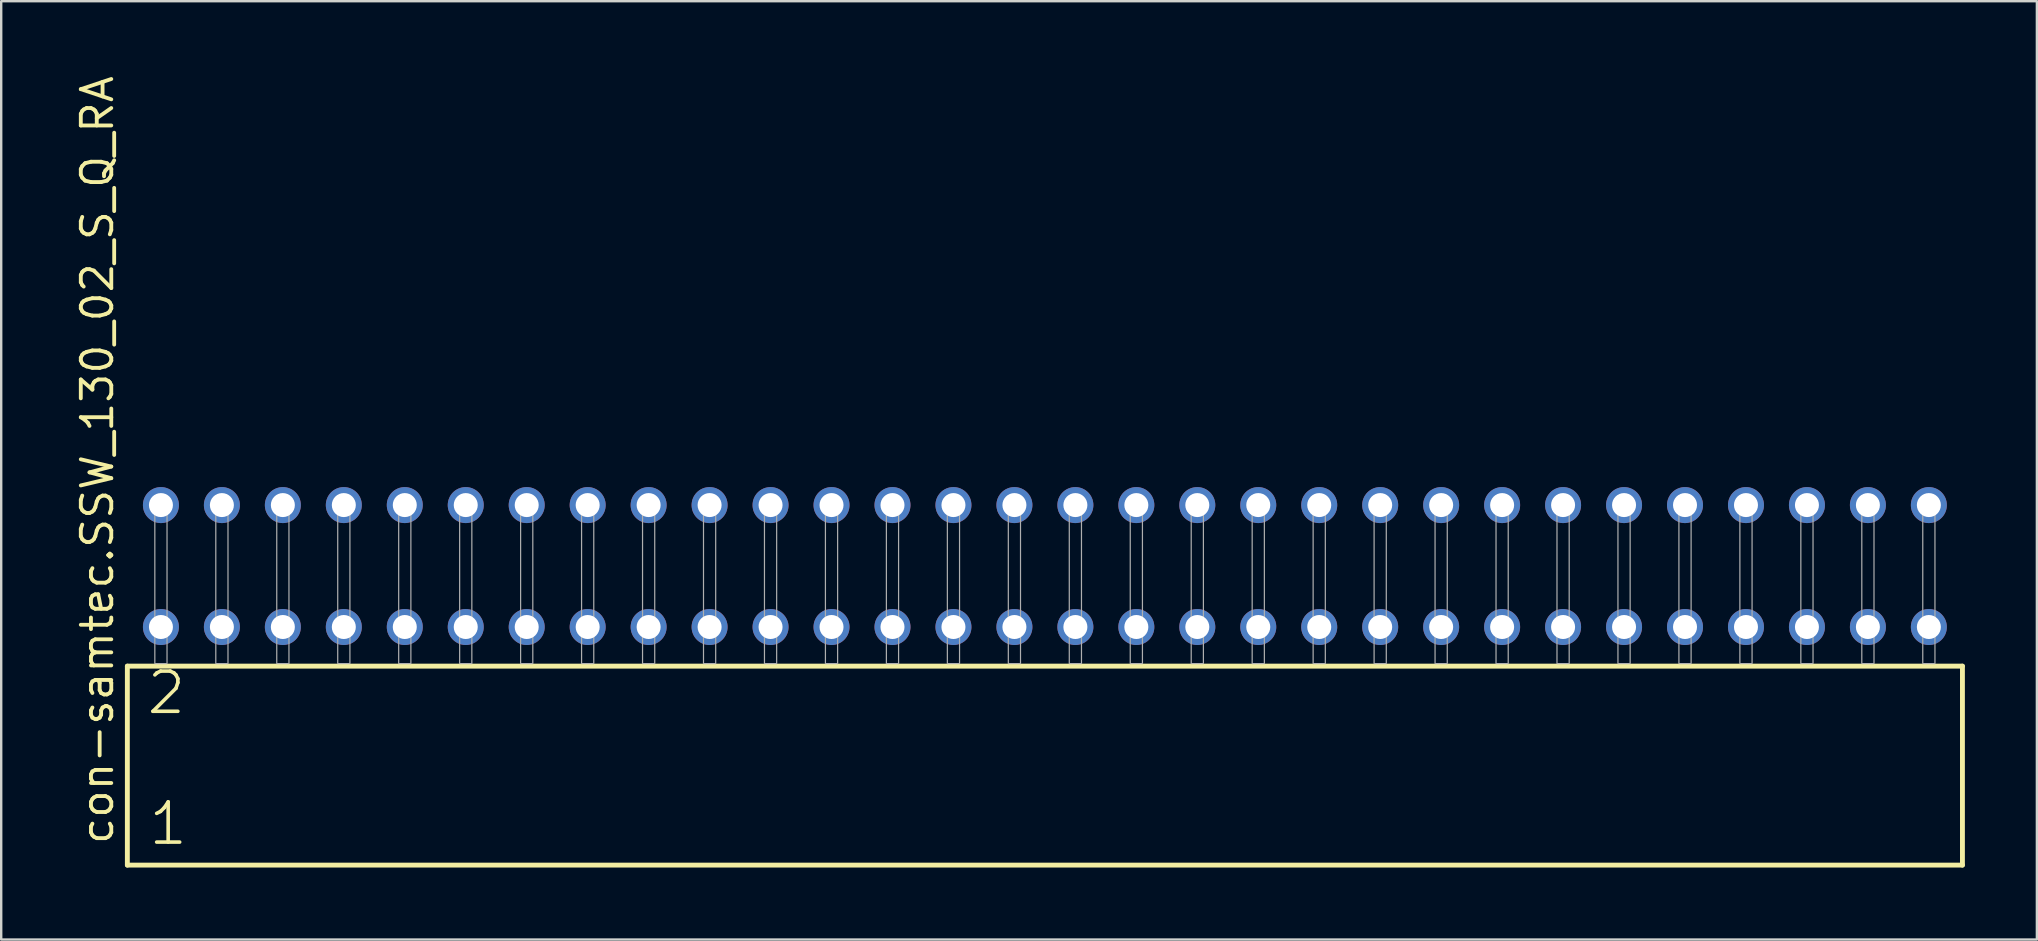
<source format=kicad_pcb>
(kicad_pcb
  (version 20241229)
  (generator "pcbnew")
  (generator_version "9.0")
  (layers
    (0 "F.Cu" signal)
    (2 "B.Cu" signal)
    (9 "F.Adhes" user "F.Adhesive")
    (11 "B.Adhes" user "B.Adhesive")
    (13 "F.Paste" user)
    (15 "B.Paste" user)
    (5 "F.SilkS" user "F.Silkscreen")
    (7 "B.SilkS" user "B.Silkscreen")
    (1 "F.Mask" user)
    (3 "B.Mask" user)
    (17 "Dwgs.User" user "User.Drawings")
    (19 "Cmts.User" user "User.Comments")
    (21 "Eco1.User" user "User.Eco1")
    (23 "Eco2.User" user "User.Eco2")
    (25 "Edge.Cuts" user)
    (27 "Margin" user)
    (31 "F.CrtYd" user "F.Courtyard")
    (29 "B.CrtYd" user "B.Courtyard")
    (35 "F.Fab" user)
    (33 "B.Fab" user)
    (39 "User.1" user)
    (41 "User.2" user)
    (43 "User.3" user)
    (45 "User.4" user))
  (footprint "con-samtec.SSW_130_02_S_Q_RA"
    (layer "F.Cu")
    (at 40.485 24.598)
    (property "Reference" "con-samtec.SSW_130_02_S_Q_RA" (at -38.735 7.62 90) (layer "F.SilkS") (effects (font (size 1.27 1.27) (thickness 0.16)) (justify left bottom)))
    (attr through_hole)
    (fp_line (start -38.229 0.106) (end -38.229 8.396) (stroke (width 0.203) (type default)) (layer "F.SilkS"))
    (fp_line (start -38.229 8.396) (end 38.229 8.396) (stroke (width 0.203) (type default)) (layer "F.SilkS"))
    (fp_line (start 38.229 0.106) (end -38.229 0.106) (stroke (width 0.203) (type default)) (layer "F.SilkS"))
    (fp_line (start 38.229 8.396) (end 38.229 0.106) (stroke (width 0.203) (type default)) (layer "F.SilkS"))
    (fp_rect (start -37.084 0) (end -36.576 -6.858) (stroke (width 0.05) (type default)) (fill no) (layer "F.Fab"))
    (fp_rect (start -34.544 0) (end -34.036 -6.858) (stroke (width 0.05) (type default)) (fill no) (layer "F.Fab"))
    (fp_rect (start -32.004 0) (end -31.496 -6.858) (stroke (width 0.05) (type default)) (fill no) (layer "F.Fab"))
    (fp_rect (start -29.464 0) (end -28.956 -6.858) (stroke (width 0.05) (type default)) (fill no) (layer "F.Fab"))
    (fp_rect (start -26.924 0) (end -26.416 -6.858) (stroke (width 0.05) (type default)) (fill no) (layer "F.Fab"))
    (fp_rect (start -24.384 0) (end -23.876 -6.858) (stroke (width 0.05) (type default)) (fill no) (layer "F.Fab"))
    (fp_rect (start -21.844 0) (end -21.336 -6.858) (stroke (width 0.05) (type default)) (fill no) (layer "F.Fab"))
    (fp_rect (start -19.304 0) (end -18.796 -6.858) (stroke (width 0.05) (type default)) (fill no) (layer "F.Fab"))
    (fp_rect (start -16.764 0) (end -16.256 -6.858) (stroke (width 0.05) (type default)) (fill no) (layer "F.Fab"))
    (fp_rect (start -14.224 0) (end -13.716 -6.858) (stroke (width 0.05) (type default)) (fill no) (layer "F.Fab"))
    (fp_rect (start -11.684 0) (end -11.176 -6.858) (stroke (width 0.05) (type default)) (fill no) (layer "F.Fab"))
    (fp_rect (start -9.144 0) (end -8.636 -6.858) (stroke (width 0.05) (type default)) (fill no) (layer "F.Fab"))
    (fp_rect (start -6.604 0) (end -6.096 -6.858) (stroke (width 0.05) (type default)) (fill no) (layer "F.Fab"))
    (fp_rect (start -4.064 0) (end -3.556 -6.858) (stroke (width 0.05) (type default)) (fill no) (layer "F.Fab"))
    (fp_rect (start -1.524 0) (end -1.016 -6.858) (stroke (width 0.05) (type default)) (fill no) (layer "F.Fab"))
    (fp_rect (start 1.016 0) (end 1.524 -6.858) (stroke (width 0.05) (type default)) (fill no) (layer "F.Fab"))
    (fp_rect (start 3.556 0) (end 4.064 -6.858) (stroke (width 0.05) (type default)) (fill no) (layer "F.Fab"))
    (fp_rect (start 6.096 0) (end 6.604 -6.858) (stroke (width 0.05) (type default)) (fill no) (layer "F.Fab"))
    (fp_rect (start 8.636 0) (end 9.144 -6.858) (stroke (width 0.05) (type default)) (fill no) (layer "F.Fab"))
    (fp_rect (start 11.176 0) (end 11.684 -6.858) (stroke (width 0.05) (type default)) (fill no) (layer "F.Fab"))
    (fp_rect (start 13.716 0) (end 14.224 -6.858) (stroke (width 0.05) (type default)) (fill no) (layer "F.Fab"))
    (fp_rect (start 16.256 0) (end 16.764 -6.858) (stroke (width 0.05) (type default)) (fill no) (layer "F.Fab"))
    (fp_rect (start 18.796 0) (end 19.304 -6.858) (stroke (width 0.05) (type default)) (fill no) (layer "F.Fab"))
    (fp_rect (start 21.336 0) (end 21.844 -6.858) (stroke (width 0.05) (type default)) (fill no) (layer "F.Fab"))
    (fp_rect (start 23.876 0) (end 24.384 -6.858) (stroke (width 0.05) (type default)) (fill no) (layer "F.Fab"))
    (fp_rect (start 26.416 0) (end 26.924 -6.858) (stroke (width 0.05) (type default)) (fill no) (layer "F.Fab"))
    (fp_rect (start 28.956 0) (end 29.464 -6.858) (stroke (width 0.05) (type default)) (fill no) (layer "F.Fab"))
    (fp_rect (start 31.496 0) (end 32.004 -6.858) (stroke (width 0.05) (type default)) (fill no) (layer "F.Fab"))
    (fp_rect (start 34.036 0) (end 34.544 -6.858) (stroke (width 0.05) (type default)) (fill no) (layer "F.Fab"))
    (fp_rect (start 36.576 0) (end 37.084 -6.858) (stroke (width 0.05) (type default)) (fill no) (layer "F.Fab"))
    (fp_text user "2" (at -37.5 2.2 0) (layer "F.SilkS") (effects (font (size 1.676 1.676) (thickness 0.15)) (justify left bottom)))
    (fp_text user "1" (at -37.425 7.65 0) (layer "F.SilkS") (effects (font (size 1.676 1.676) (thickness 0.15)) (justify left bottom)))
    (pad "1" thru_hole circle (at -36.83 -1.524) (size 1.5 1.5) (drill 1) (layers "*.Cu" "*.Mask"))
    (pad "2" thru_hole circle (at -36.83 -6.604) (size 1.5 1.5) (drill 1) (layers "*.Cu" "*.Mask"))
    (pad "3" thru_hole circle (at -34.29 -1.524) (size 1.5 1.5) (drill 1) (layers "*.Cu" "*.Mask"))
    (pad "4" thru_hole circle (at -34.29 -6.604) (size 1.5 1.5) (drill 1) (layers "*.Cu" "*.Mask"))
    (pad "5" thru_hole circle (at -31.75 -1.524) (size 1.5 1.5) (drill 1) (layers "*.Cu" "*.Mask"))
    (pad "6" thru_hole circle (at -31.75 -6.604) (size 1.5 1.5) (drill 1) (layers "*.Cu" "*.Mask"))
    (pad "7" thru_hole circle (at -29.21 -1.524) (size 1.5 1.5) (drill 1) (layers "*.Cu" "*.Mask"))
    (pad "8" thru_hole circle (at -29.21 -6.604) (size 1.5 1.5) (drill 1) (layers "*.Cu" "*.Mask"))
    (pad "9" thru_hole circle (at -26.67 -1.524) (size 1.5 1.5) (drill 1) (layers "*.Cu" "*.Mask"))
    (pad "10" thru_hole circle (at -26.67 -6.604) (size 1.5 1.5) (drill 1) (layers "*.Cu" "*.Mask"))
    (pad "11" thru_hole circle (at -24.13 -1.524) (size 1.5 1.5) (drill 1) (layers "*.Cu" "*.Mask"))
    (pad "12" thru_hole circle (at -24.13 -6.604) (size 1.5 1.5) (drill 1) (layers "*.Cu" "*.Mask"))
    (pad "13" thru_hole circle (at -21.59 -1.524) (size 1.5 1.5) (drill 1) (layers "*.Cu" "*.Mask"))
    (pad "14" thru_hole circle (at -21.59 -6.604) (size 1.5 1.5) (drill 1) (layers "*.Cu" "*.Mask"))
    (pad "15" thru_hole circle (at -19.05 -1.524) (size 1.5 1.5) (drill 1) (layers "*.Cu" "*.Mask"))
    (pad "16" thru_hole circle (at -19.05 -6.604) (size 1.5 1.5) (drill 1) (layers "*.Cu" "*.Mask"))
    (pad "17" thru_hole circle (at -16.51 -1.524) (size 1.5 1.5) (drill 1) (layers "*.Cu" "*.Mask"))
    (pad "18" thru_hole circle (at -16.51 -6.604) (size 1.5 1.5) (drill 1) (layers "*.Cu" "*.Mask"))
    (pad "19" thru_hole circle (at -13.97 -1.524) (size 1.5 1.5) (drill 1) (layers "*.Cu" "*.Mask"))
    (pad "20" thru_hole circle (at -13.97 -6.604) (size 1.5 1.5) (drill 1) (layers "*.Cu" "*.Mask"))
    (pad "21" thru_hole circle (at -11.43 -1.524) (size 1.5 1.5) (drill 1) (layers "*.Cu" "*.Mask"))
    (pad "22" thru_hole circle (at -11.43 -6.604) (size 1.5 1.5) (drill 1) (layers "*.Cu" "*.Mask"))
    (pad "23" thru_hole circle (at -8.89 -1.524) (size 1.5 1.5) (drill 1) (layers "*.Cu" "*.Mask"))
    (pad "24" thru_hole circle (at -8.89 -6.604) (size 1.5 1.5) (drill 1) (layers "*.Cu" "*.Mask"))
    (pad "25" thru_hole circle (at -6.35 -1.524) (size 1.5 1.5) (drill 1) (layers "*.Cu" "*.Mask"))
    (pad "26" thru_hole circle (at -6.35 -6.604) (size 1.5 1.5) (drill 1) (layers "*.Cu" "*.Mask"))
    (pad "27" thru_hole circle (at -3.81 -1.524) (size 1.5 1.5) (drill 1) (layers "*.Cu" "*.Mask"))
    (pad "28" thru_hole circle (at -3.81 -6.604) (size 1.5 1.5) (drill 1) (layers "*.Cu" "*.Mask"))
    (pad "29" thru_hole circle (at -1.27 -1.524) (size 1.5 1.5) (drill 1) (layers "*.Cu" "*.Mask"))
    (pad "30" thru_hole circle (at -1.27 -6.604) (size 1.5 1.5) (drill 1) (layers "*.Cu" "*.Mask"))
    (pad "31" thru_hole circle (at 1.27 -1.524) (size 1.5 1.5) (drill 1) (layers "*.Cu" "*.Mask"))
    (pad "32" thru_hole circle (at 1.27 -6.604) (size 1.5 1.5) (drill 1) (layers "*.Cu" "*.Mask"))
    (pad "33" thru_hole circle (at 3.81 -1.524) (size 1.5 1.5) (drill 1) (layers "*.Cu" "*.Mask"))
    (pad "34" thru_hole circle (at 3.81 -6.604) (size 1.5 1.5) (drill 1) (layers "*.Cu" "*.Mask"))
    (pad "35" thru_hole circle (at 6.35 -1.524) (size 1.5 1.5) (drill 1) (layers "*.Cu" "*.Mask"))
    (pad "36" thru_hole circle (at 6.35 -6.604) (size 1.5 1.5) (drill 1) (layers "*.Cu" "*.Mask"))
    (pad "37" thru_hole circle (at 8.89 -1.524) (size 1.5 1.5) (drill 1) (layers "*.Cu" "*.Mask"))
    (pad "38" thru_hole circle (at 8.89 -6.604) (size 1.5 1.5) (drill 1) (layers "*.Cu" "*.Mask"))
    (pad "39" thru_hole circle (at 11.43 -1.524) (size 1.5 1.5) (drill 1) (layers "*.Cu" "*.Mask"))
    (pad "40" thru_hole circle (at 11.43 -6.604) (size 1.5 1.5) (drill 1) (layers "*.Cu" "*.Mask"))
    (pad "41" thru_hole circle (at 13.97 -1.524) (size 1.5 1.5) (drill 1) (layers "*.Cu" "*.Mask"))
    (pad "42" thru_hole circle (at 13.97 -6.604) (size 1.5 1.5) (drill 1) (layers "*.Cu" "*.Mask"))
    (pad "43" thru_hole circle (at 16.51 -1.524) (size 1.5 1.5) (drill 1) (layers "*.Cu" "*.Mask"))
    (pad "44" thru_hole circle (at 16.51 -6.604) (size 1.5 1.5) (drill 1) (layers "*.Cu" "*.Mask"))
    (pad "45" thru_hole circle (at 19.05 -1.524) (size 1.5 1.5) (drill 1) (layers "*.Cu" "*.Mask"))
    (pad "46" thru_hole circle (at 19.05 -6.604) (size 1.5 1.5) (drill 1) (layers "*.Cu" "*.Mask"))
    (pad "47" thru_hole circle (at 21.59 -1.524) (size 1.5 1.5) (drill 1) (layers "*.Cu" "*.Mask"))
    (pad "48" thru_hole circle (at 21.59 -6.604) (size 1.5 1.5) (drill 1) (layers "*.Cu" "*.Mask"))
    (pad "49" thru_hole circle (at 24.13 -1.524) (size 1.5 1.5) (drill 1) (layers "*.Cu" "*.Mask"))
    (pad "50" thru_hole circle (at 24.13 -6.604) (size 1.5 1.5) (drill 1) (layers "*.Cu" "*.Mask"))
    (pad "51" thru_hole circle (at 26.67 -1.524) (size 1.5 1.5) (drill 1) (layers "*.Cu" "*.Mask"))
    (pad "52" thru_hole circle (at 26.67 -6.604) (size 1.5 1.5) (drill 1) (layers "*.Cu" "*.Mask"))
    (pad "53" thru_hole circle (at 29.21 -1.524) (size 1.5 1.5) (drill 1) (layers "*.Cu" "*.Mask"))
    (pad "54" thru_hole circle (at 29.21 -6.604) (size 1.5 1.5) (drill 1) (layers "*.Cu" "*.Mask"))
    (pad "55" thru_hole circle (at 31.75 -1.524) (size 1.5 1.5) (drill 1) (layers "*.Cu" "*.Mask"))
    (pad "56" thru_hole circle (at 31.75 -6.604) (size 1.5 1.5) (drill 1) (layers "*.Cu" "*.Mask"))
    (pad "57" thru_hole circle (at 34.29 -1.524) (size 1.5 1.5) (drill 1) (layers "*.Cu" "*.Mask"))
    (pad "58" thru_hole circle (at 34.29 -6.604) (size 1.5 1.5) (drill 1) (layers "*.Cu" "*.Mask"))
    (pad "59" thru_hole circle (at 36.83 -1.524) (size 1.5 1.5) (drill 1) (layers "*.Cu" "*.Mask"))
    (pad "60" thru_hole circle (at 36.83 -6.604) (size 1.5 1.5) (drill 1) (layers "*.Cu" "*.Mask")))
  (gr_rect
    (start -3 -3)
    (end 81.816 36.096)
    (stroke (width 0.1) (type default))
    (fill no)
    (layer "Edge.Cuts")))
</source>
